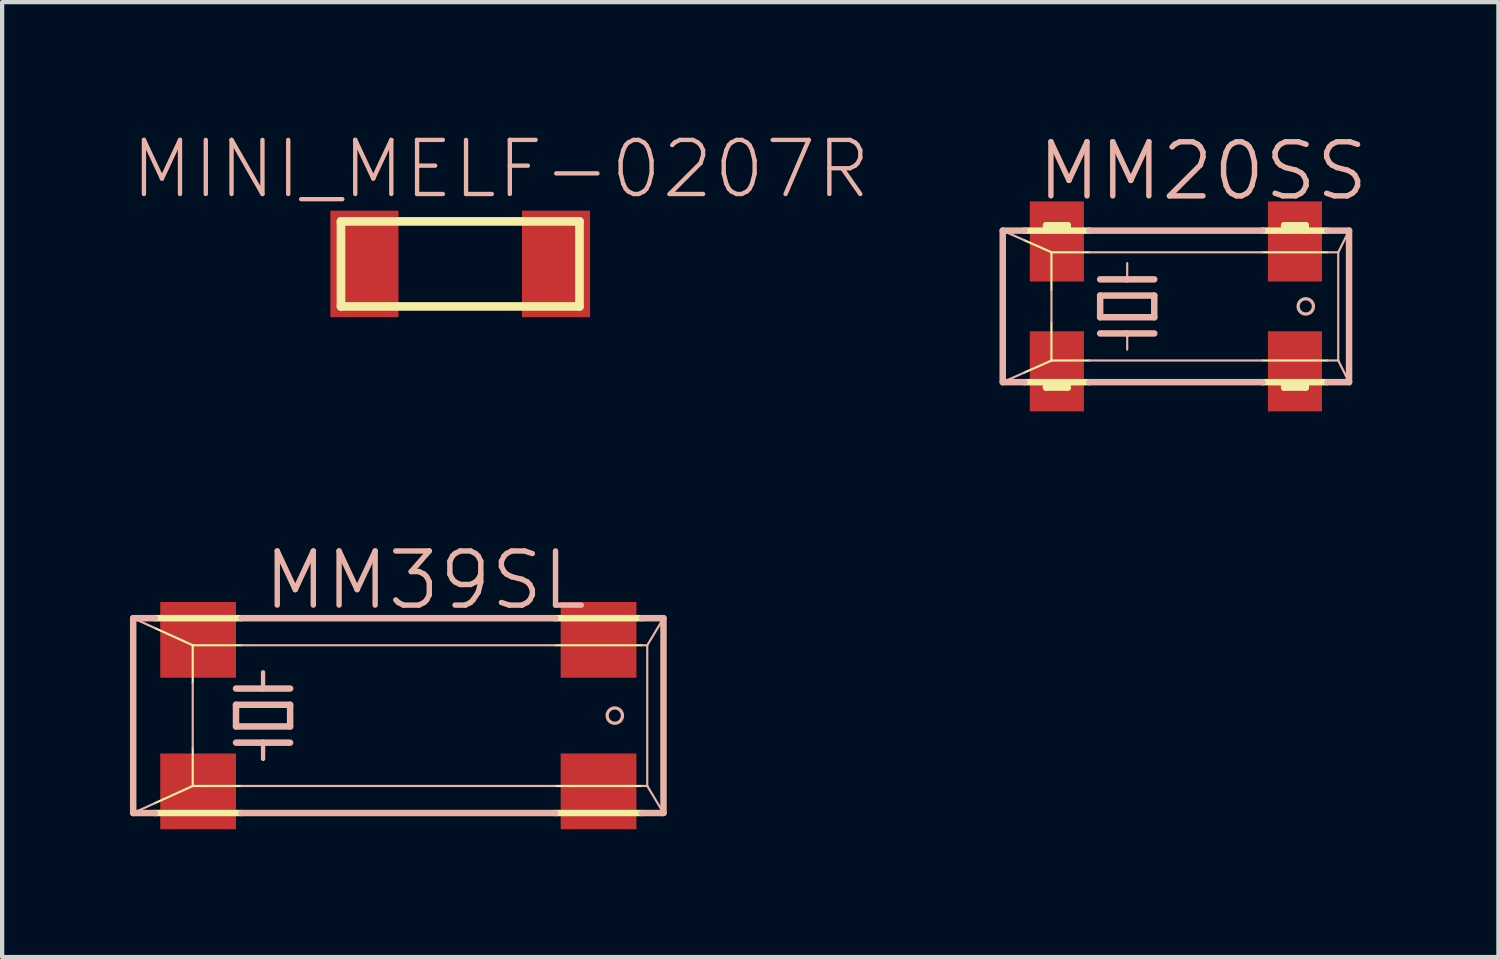
<source format=kicad_pcb>
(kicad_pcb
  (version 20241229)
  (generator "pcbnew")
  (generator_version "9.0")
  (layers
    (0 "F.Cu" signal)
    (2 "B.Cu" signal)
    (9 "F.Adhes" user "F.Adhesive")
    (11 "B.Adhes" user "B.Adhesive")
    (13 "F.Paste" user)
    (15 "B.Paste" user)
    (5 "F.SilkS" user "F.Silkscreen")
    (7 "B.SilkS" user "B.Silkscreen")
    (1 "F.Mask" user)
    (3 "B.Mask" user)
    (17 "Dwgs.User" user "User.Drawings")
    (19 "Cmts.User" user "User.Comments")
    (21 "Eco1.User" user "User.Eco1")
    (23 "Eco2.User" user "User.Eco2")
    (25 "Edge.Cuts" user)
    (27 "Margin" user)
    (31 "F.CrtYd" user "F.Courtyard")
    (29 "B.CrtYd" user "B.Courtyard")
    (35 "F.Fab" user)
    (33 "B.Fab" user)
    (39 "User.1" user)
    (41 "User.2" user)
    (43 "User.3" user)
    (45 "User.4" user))
  (footprint "MINI_MELF-0207R"
    (layer "F.Cu")
    (at 7.751 3.144)
    (property "Reference" "MINI_MELF-0207R" (at 0.953 -2.223 0) (layer "B.SilkS") (effects (font (size 1.27 1.27) (thickness 0.102))))
    (attr smd)
    (fp_line (start -2.799 -0.998) (end -2.799 0.998) (stroke (width 0.203) (type solid)) (layer "F.SilkS"))
    (fp_line (start -2.799 0.998) (end 2.799 0.998) (stroke (width 0.203) (type solid)) (layer "F.SilkS"))
    (fp_line (start 2.799 -0.998) (end -2.799 -0.998) (stroke (width 0.203) (type solid)) (layer "F.SilkS"))
    (fp_line (start 2.799 0.998) (end 2.799 -0.998) (stroke (width 0.203) (type solid)) (layer "F.SilkS"))
    (pad "1" smd rect (at -2.248 0) (size 1.598 2.499) (layers "F.Cu" "F.Mask" "F.Paste"))
    (pad "2" smd rect (at 2.248 0) (size 1.598 2.499) (layers "F.Cu" "F.Mask" "F.Paste")))
  (footprint "MM20SS"
    (layer "F.Cu")
    (at 24.548 4.141)
    (property "Reference" "MM20SS" (at 0.635 -3.175 0) (layer "B.SilkS") (effects (font (size 1.27 1.27) (thickness 0.127))))
    (attr smd)
    (fp_line (start -3.556 -1.778) (end -2.032 -1.778) (stroke (width 0.152) (type solid)) (layer "F.SilkS"))
    (fp_line (start -3.556 1.778) (end -2.032 1.778) (stroke (width 0.152) (type solid)) (layer "F.SilkS"))
    (fp_line (start -3.048 -1.905) (end -2.54 -1.905) (stroke (width 0.152) (type solid)) (layer "F.SilkS"))
    (fp_line (start -3.048 -1.778) (end -3.048 -1.905) (stroke (width 0.152) (type solid)) (layer "F.SilkS"))
    (fp_line (start -3.048 1.905) (end -3.048 1.778) (stroke (width 0.152) (type solid)) (layer "F.SilkS"))
    (fp_line (start -3.048 1.905) (end -2.54 1.905) (stroke (width 0.152) (type solid)) (layer "F.SilkS"))
    (fp_line (start -2.921 -1.27) (end -3.556 -1.552) (stroke (width 0.051) (type solid)) (layer "F.SilkS"))
    (fp_line (start -2.921 -1.27) (end -2.921 -0.381) (stroke (width 0.051) (type solid)) (layer "F.SilkS"))
    (fp_line (start -2.921 0.381) (end -2.921 1.27) (stroke (width 0.051) (type solid)) (layer "F.SilkS"))
    (fp_line (start -2.921 1.27) (end -3.556 1.552) (stroke (width 0.051) (type solid)) (layer "F.SilkS"))
    (fp_line (start -2.921 1.27) (end -2.032 1.27) (stroke (width 0.051) (type solid)) (layer "F.SilkS"))
    (fp_line (start -2.54 -1.905) (end -2.54 -1.778) (stroke (width 0.152) (type solid)) (layer "F.SilkS"))
    (fp_line (start -2.54 1.905) (end -2.54 1.778) (stroke (width 0.152) (type solid)) (layer "F.SilkS"))
    (fp_line (start -2.032 -1.27) (end -2.921 -1.27) (stroke (width 0.051) (type solid)) (layer "F.SilkS"))
    (fp_line (start 2.032 -1.778) (end 3.556 -1.778) (stroke (width 0.152) (type solid)) (layer "F.SilkS"))
    (fp_line (start 2.032 1.27) (end 3.556 1.27) (stroke (width 0.051) (type solid)) (layer "F.SilkS"))
    (fp_line (start 2.032 1.778) (end 3.556 1.778) (stroke (width 0.152) (type solid)) (layer "F.SilkS"))
    (fp_line (start 2.54 -1.905) (end 2.54 -1.778) (stroke (width 0.152) (type solid)) (layer "F.SilkS"))
    (fp_line (start 2.54 -1.905) (end 3.048 -1.905) (stroke (width 0.152) (type solid)) (layer "F.SilkS"))
    (fp_line (start 2.54 1.778) (end 2.54 1.905) (stroke (width 0.152) (type solid)) (layer "F.SilkS"))
    (fp_line (start 2.54 1.905) (end 3.048 1.905) (stroke (width 0.152) (type solid)) (layer "F.SilkS"))
    (fp_line (start 3.048 -1.778) (end 3.048 -1.905) (stroke (width 0.152) (type solid)) (layer "F.SilkS"))
    (fp_line (start 3.048 1.905) (end 3.048 1.778) (stroke (width 0.152) (type solid)) (layer "F.SilkS"))
    (fp_line (start 3.556 -1.27) (end 2.032 -1.27) (stroke (width 0.051) (type solid)) (layer "F.SilkS"))
    (fp_line (start -4.064 -1.778) (end -3.556 -1.778) (stroke (width 0.152) (type solid)) (layer "B.SilkS"))
    (fp_line (start -4.064 1.778) (end -4.064 -1.778) (stroke (width 0.152) (type solid)) (layer "B.SilkS"))
    (fp_line (start -4.064 1.778) (end -3.556 1.778) (stroke (width 0.152) (type solid)) (layer "B.SilkS"))
    (fp_line (start -3.556 -1.552) (end -4.064 -1.778) (stroke (width 0.051) (type solid)) (layer "B.SilkS"))
    (fp_line (start -3.556 1.552) (end -4.064 1.778) (stroke (width 0.051) (type solid)) (layer "B.SilkS"))
    (fp_line (start -2.921 -0.381) (end -2.921 0.381) (stroke (width 0.051) (type solid)) (layer "B.SilkS"))
    (fp_line (start -2.032 -1.778) (end 2.032 -1.778) (stroke (width 0.152) (type solid)) (layer "B.SilkS"))
    (fp_line (start -2.032 1.27) (end 2.032 1.27) (stroke (width 0.051) (type solid)) (layer "B.SilkS"))
    (fp_line (start -2.032 1.778) (end 2.032 1.778) (stroke (width 0.152) (type solid)) (layer "B.SilkS"))
    (fp_line (start -1.778 -0.635) (end -1.143 -0.635) (stroke (width 0.152) (type solid)) (layer "B.SilkS"))
    (fp_line (start -1.778 -0.254) (end -1.778 0.254) (stroke (width 0.152) (type solid)) (layer "B.SilkS"))
    (fp_line (start -1.778 0.254) (end -0.508 0.254) (stroke (width 0.152) (type solid)) (layer "B.SilkS"))
    (fp_line (start -1.778 0.635) (end -1.143 0.635) (stroke (width 0.152) (type solid)) (layer "B.SilkS"))
    (fp_line (start -1.143 -0.635) (end -1.143 -1.016) (stroke (width 0.051) (type solid)) (layer "B.SilkS"))
    (fp_line (start -1.143 -0.635) (end -0.508 -0.635) (stroke (width 0.152) (type solid)) (layer "B.SilkS"))
    (fp_line (start -1.143 0.635) (end -1.143 1.016) (stroke (width 0.051) (type solid)) (layer "B.SilkS"))
    (fp_line (start -1.143 0.635) (end -0.508 0.635) (stroke (width 0.152) (type solid)) (layer "B.SilkS"))
    (fp_line (start -0.508 -0.254) (end -1.778 -0.254) (stroke (width 0.152) (type solid)) (layer "B.SilkS"))
    (fp_line (start -0.508 0.254) (end -0.508 -0.254) (stroke (width 0.152) (type solid)) (layer "B.SilkS"))
    (fp_line (start 2.032 -1.27) (end -2.032 -1.27) (stroke (width 0.051) (type solid)) (layer "B.SilkS"))
    (fp_line (start 3.556 -1.778) (end 4.064 -1.778) (stroke (width 0.152) (type solid)) (layer "B.SilkS"))
    (fp_line (start 3.556 1.27) (end 3.81 1.27) (stroke (width 0.051) (type solid)) (layer "B.SilkS"))
    (fp_line (start 3.556 1.778) (end 4.064 1.778) (stroke (width 0.152) (type solid)) (layer "B.SilkS"))
    (fp_line (start 3.81 -1.27) (end 3.556 -1.27) (stroke (width 0.051) (type solid)) (layer "B.SilkS"))
    (fp_line (start 3.81 -1.27) (end 3.81 1.27) (stroke (width 0.051) (type solid)) (layer "B.SilkS"))
    (fp_line (start 3.81 -1.27) (end 4.064 -1.778) (stroke (width 0.051) (type solid)) (layer "B.SilkS"))
    (fp_line (start 3.81 1.27) (end 4.064 1.778) (stroke (width 0.051) (type solid)) (layer "B.SilkS"))
    (fp_line (start 4.064 1.778) (end 4.064 -1.778) (stroke (width 0.152) (type solid)) (layer "B.SilkS"))
    (fp_circle (center 3.048 0) (end 3.175 0.127) (stroke (width 0.076) (type solid)) (fill no) (layer "B.SilkS"))
    (pad "1" smd rect (at -2.794 1.524) (size 1.27 1.88) (layers "F.Cu" "F.Mask" "F.Paste"))
    (pad "2" smd rect (at 2.794 1.524) (size 1.27 1.88) (layers "F.Cu" "F.Mask" "F.Paste"))
    (pad "3" smd rect (at 2.794 -1.524) (size 1.27 1.88) (layers "F.Cu" "F.Mask" "F.Paste"))
    (pad "4" smd rect (at -2.794 -1.524) (size 1.27 1.88) (layers "F.Cu" "F.Mask" "F.Paste")))
  (footprint "MM39SL"
    (layer "F.Cu")
    (at 6.299 13.745)
    (property "Reference" "MM39SL" (at 0.635 -3.175 0) (layer "B.SilkS") (effects (font (size 1.27 1.27) (thickness 0.127))))
    (attr smd)
    (fp_line (start -5.715 -2.286) (end -3.683 -2.286) (stroke (width 0.152) (type solid)) (layer "F.SilkS"))
    (fp_line (start -5.715 2.286) (end -3.683 2.286) (stroke (width 0.152) (type solid)) (layer "F.SilkS"))
    (fp_line (start -4.826 -1.651) (end -5.715 -2.055) (stroke (width 0.051) (type solid)) (layer "F.SilkS"))
    (fp_line (start -4.826 -1.651) (end -4.826 -0.762) (stroke (width 0.051) (type solid)) (layer "F.SilkS"))
    (fp_line (start -4.826 0.762) (end -4.826 1.651) (stroke (width 0.051) (type solid)) (layer "F.SilkS"))
    (fp_line (start -4.826 1.651) (end -5.715 2.055) (stroke (width 0.051) (type solid)) (layer "F.SilkS"))
    (fp_line (start -4.826 1.651) (end -3.683 1.651) (stroke (width 0.051) (type solid)) (layer "F.SilkS"))
    (fp_line (start -3.683 -1.651) (end -4.826 -1.651) (stroke (width 0.051) (type solid)) (layer "F.SilkS"))
    (fp_line (start 3.683 -2.286) (end 5.715 -2.286) (stroke (width 0.152) (type solid)) (layer "F.SilkS"))
    (fp_line (start 3.683 1.651) (end 5.715 1.651) (stroke (width 0.051) (type solid)) (layer "F.SilkS"))
    (fp_line (start 3.683 2.286) (end 5.715 2.286) (stroke (width 0.152) (type solid)) (layer "F.SilkS"))
    (fp_line (start 5.715 -1.651) (end 3.683 -1.651) (stroke (width 0.051) (type solid)) (layer "F.SilkS"))
    (fp_line (start -6.223 -2.286) (end -5.715 -2.286) (stroke (width 0.152) (type solid)) (layer "B.SilkS"))
    (fp_line (start -6.223 2.286) (end -6.223 -2.286) (stroke (width 0.152) (type solid)) (layer "B.SilkS"))
    (fp_line (start -6.223 2.286) (end -5.715 2.286) (stroke (width 0.152) (type solid)) (layer "B.SilkS"))
    (fp_line (start -5.715 -2.055) (end -6.223 -2.286) (stroke (width 0.051) (type solid)) (layer "B.SilkS"))
    (fp_line (start -5.715 2.055) (end -6.223 2.286) (stroke (width 0.051) (type solid)) (layer "B.SilkS"))
    (fp_line (start -4.826 -0.762) (end -4.826 0.762) (stroke (width 0.051) (type solid)) (layer "B.SilkS"))
    (fp_line (start -3.81 -0.635) (end -3.175 -0.635) (stroke (width 0.152) (type solid)) (layer "B.SilkS"))
    (fp_line (start -3.81 -0.254) (end -3.81 0.254) (stroke (width 0.152) (type solid)) (layer "B.SilkS"))
    (fp_line (start -3.81 0.254) (end -2.54 0.254) (stroke (width 0.152) (type solid)) (layer "B.SilkS"))
    (fp_line (start -3.81 0.635) (end -3.175 0.635) (stroke (width 0.152) (type solid)) (layer "B.SilkS"))
    (fp_line (start -3.683 -2.286) (end 3.683 -2.286) (stroke (width 0.152) (type solid)) (layer "B.SilkS"))
    (fp_line (start -3.683 1.651) (end 3.683 1.651) (stroke (width 0.051) (type solid)) (layer "B.SilkS"))
    (fp_line (start -3.683 2.286) (end 3.683 2.286) (stroke (width 0.152) (type solid)) (layer "B.SilkS"))
    (fp_line (start -3.175 -0.635) (end -3.175 -1.016) (stroke (width 0.102) (type solid)) (layer "B.SilkS"))
    (fp_line (start -3.175 -0.635) (end -2.54 -0.635) (stroke (width 0.152) (type solid)) (layer "B.SilkS"))
    (fp_line (start -3.175 0.635) (end -3.175 1.016) (stroke (width 0.102) (type solid)) (layer "B.SilkS"))
    (fp_line (start -3.175 0.635) (end -2.54 0.635) (stroke (width 0.152) (type solid)) (layer "B.SilkS"))
    (fp_line (start -2.54 -0.254) (end -3.81 -0.254) (stroke (width 0.152) (type solid)) (layer "B.SilkS"))
    (fp_line (start -2.54 0.254) (end -2.54 -0.254) (stroke (width 0.152) (type solid)) (layer "B.SilkS"))
    (fp_line (start 3.683 -1.651) (end -3.683 -1.651) (stroke (width 0.051) (type solid)) (layer "B.SilkS"))
    (fp_line (start 5.715 -2.286) (end 6.223 -2.286) (stroke (width 0.152) (type solid)) (layer "B.SilkS"))
    (fp_line (start 5.715 1.651) (end 5.842 1.651) (stroke (width 0.051) (type solid)) (layer "B.SilkS"))
    (fp_line (start 5.715 2.286) (end 6.223 2.286) (stroke (width 0.152) (type solid)) (layer "B.SilkS"))
    (fp_line (start 5.842 -1.651) (end 5.715 -1.651) (stroke (width 0.051) (type solid)) (layer "B.SilkS"))
    (fp_line (start 5.842 -1.651) (end 6.223 -2.286) (stroke (width 0.051) (type solid)) (layer "B.SilkS"))
    (fp_line (start 5.842 1.651) (end 5.842 -1.651) (stroke (width 0.051) (type solid)) (layer "B.SilkS"))
    (fp_line (start 5.842 1.651) (end 6.223 2.286) (stroke (width 0.051) (type solid)) (layer "B.SilkS"))
    (fp_line (start 6.223 2.286) (end 6.223 -2.286) (stroke (width 0.152) (type solid)) (layer "B.SilkS"))
    (fp_circle (center 5.08 0) (end 5.207 0.127) (stroke (width 0.076) (type solid)) (fill no) (layer "B.SilkS"))
    (pad "1" smd rect (at -4.699 1.778) (size 1.778 1.778) (layers "F.Cu" "F.Mask" "F.Paste"))
    (pad "2" smd rect (at 4.699 1.778) (size 1.778 1.778) (layers "F.Cu" "F.Mask" "F.Paste"))
    (pad "3" smd rect (at 4.699 -1.778) (size 1.778 1.778) (layers "F.Cu" "F.Mask" "F.Paste"))
    (pad "4" smd rect (at -4.699 -1.778) (size 1.778 1.778) (layers "F.Cu" "F.Mask" "F.Paste")))
  (gr_rect
    (start -3 -3)
    (end 32.117 19.412)
    (stroke (width 0.1) (type default))
    (fill no)
    (layer "Edge.Cuts")))
</source>
